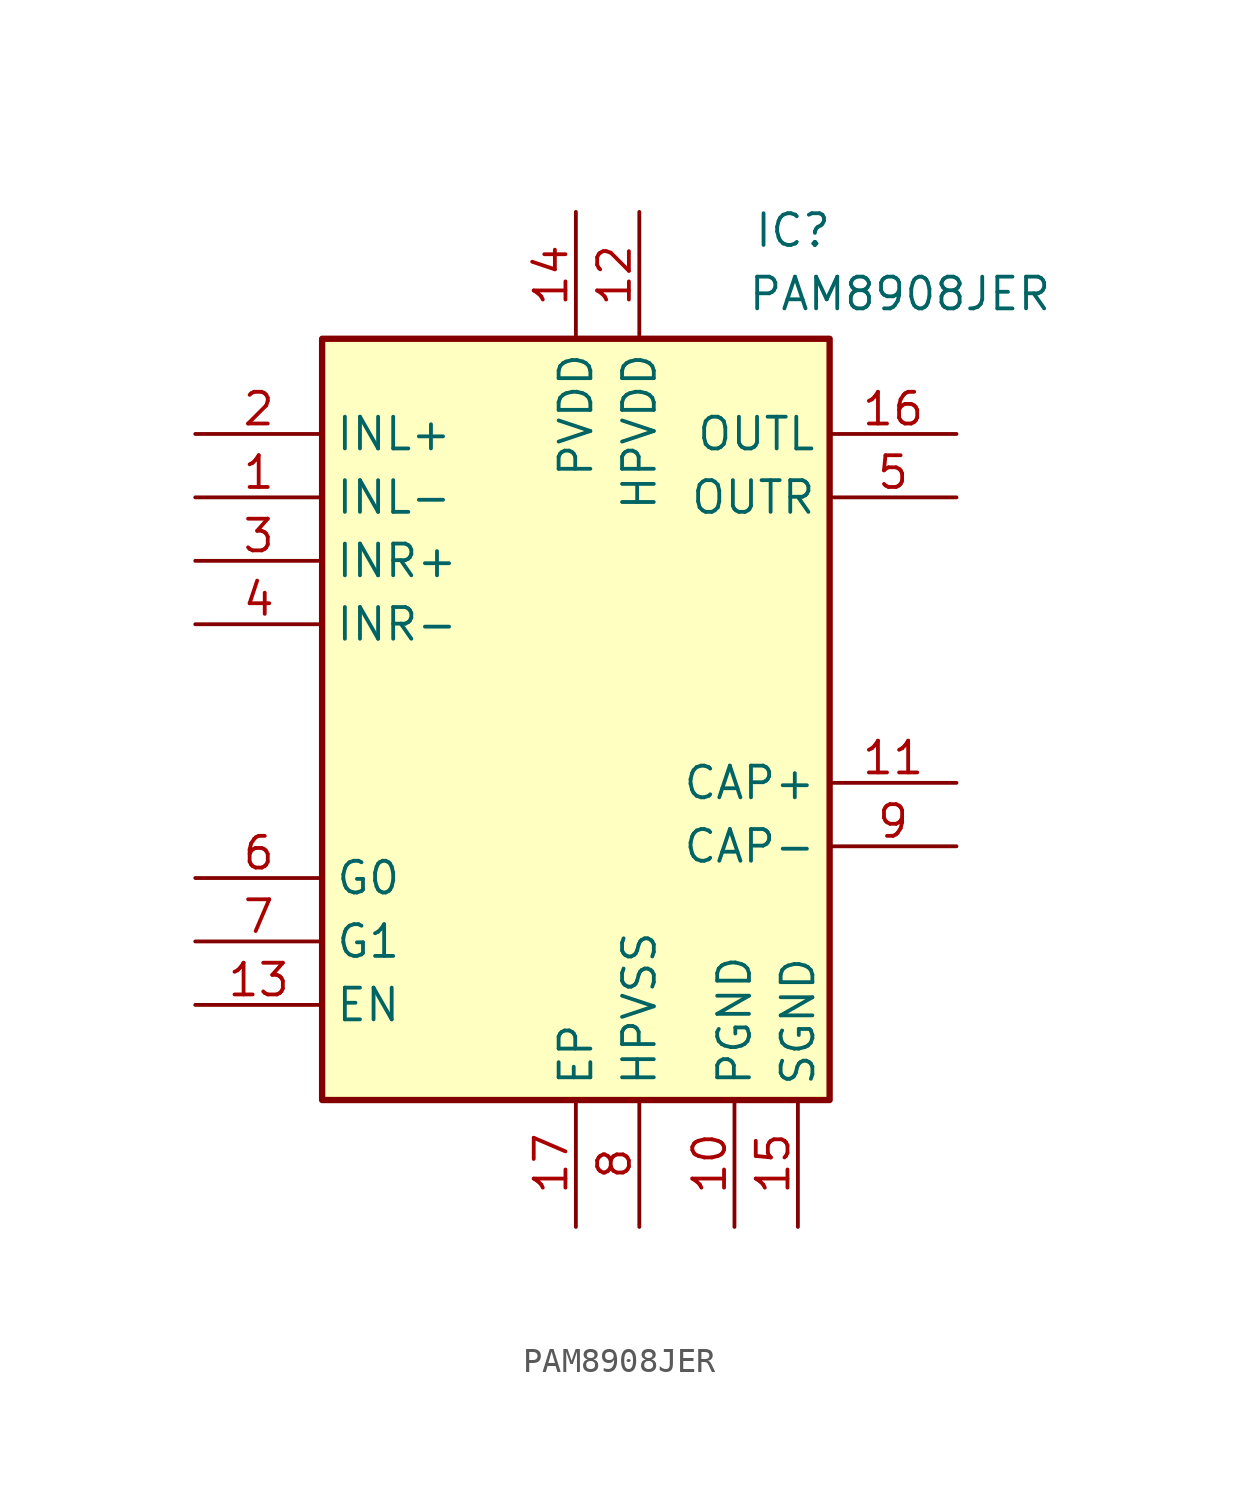
<source format=kicad_sym>
(kicad_symbol_lib
  (version 20231120)
  (generator "kicad_symbol_editor")
  (generator_version "8.0")
  (symbol "PAM8908JER"
    (property "Reference" "IC"
      (at 22.352 15.24 0)
      (effects (font (size 1.27 1.27)) (justify left top)))
    (property "Value" "PAM8908JER"
      (at 22.098 12.7 0)
      (effects (font (size 1.27 1.27)) (justify left top)))
    (symbol "PAM8908JER_1_1"
      (rectangle (start 5.08 10.16) (end 25.4 -20.32) (stroke (width 0.254) (type default)) (fill (type background)))
      (pin passive line (at 0 3.81 0) (length 5.08) (name "INL-" (effects (font (size 1.27 1.27)))) (number "1" (effects (font (size 1.27 1.27)))))
      (pin passive line (at 21.59 -25.4 90) (length 5.08) (name "PGND" (effects (font (size 1.27 1.27)))) (number "10" (effects (font (size 1.27 1.27)))))
      (pin passive line (at 30.48 -7.62 180) (length 5.08) (name "CAP+" (effects (font (size 1.27 1.27)))) (number "11" (effects (font (size 1.27 1.27)))))
      (pin passive line (at 17.78 15.24 270) (length 5.08) (name "HPVDD" (effects (font (size 1.27 1.27)))) (number "12" (effects (font (size 1.27 1.27)))))
      (pin passive line (at 0 -16.51 0) (length 5.08) (name "EN" (effects (font (size 1.27 1.27)))) (number "13" (effects (font (size 1.27 1.27)))))
      (pin passive line (at 15.24 15.24 270) (length 5.08) (name "PVDD" (effects (font (size 1.27 1.27)))) (number "14" (effects (font (size 1.27 1.27)))))
      (pin passive line (at 24.13 -25.4 90) (length 5.08) (name "SGND" (effects (font (size 1.27 1.27)))) (number "15" (effects (font (size 1.27 1.27)))))
      (pin passive line (at 30.48 6.35 180) (length 5.08) (name "OUTL" (effects (font (size 1.27 1.27)))) (number "16" (effects (font (size 1.27 1.27)))))
      (pin passive line (at 15.24 -25.4 90) (length 5.08) (name "EP" (effects (font (size 1.27 1.27)))) (number "17" (effects (font (size 1.27 1.27)))))
      (pin passive line (at 0 6.35 0) (length 5.08) (name "INL+" (effects (font (size 1.27 1.27)))) (number "2" (effects (font (size 1.27 1.27)))))
      (pin passive line (at 0 1.27 0) (length 5.08) (name "INR+" (effects (font (size 1.27 1.27)))) (number "3" (effects (font (size 1.27 1.27)))))
      (pin passive line (at 0 -1.27 0) (length 5.08) (name "INR-" (effects (font (size 1.27 1.27)))) (number "4" (effects (font (size 1.27 1.27)))))
      (pin passive line (at 30.48 3.81 180) (length 5.08) (name "OUTR" (effects (font (size 1.27 1.27)))) (number "5" (effects (font (size 1.27 1.27)))))
      (pin passive line (at 0 -11.43 0) (length 5.08) (name "G0" (effects (font (size 1.27 1.27)))) (number "6" (effects (font (size 1.27 1.27)))))
      (pin passive line (at 0 -13.97 0) (length 5.08) (name "G1" (effects (font (size 1.27 1.27)))) (number "7" (effects (font (size 1.27 1.27)))))
      (pin passive line (at 17.78 -25.4 90) (length 5.08) (name "HPVSS" (effects (font (size 1.27 1.27)))) (number "8" (effects (font (size 1.27 1.27)))))
      (pin passive line (at 30.48 -10.16 180) (length 5.08) (name "CAP-" (effects (font (size 1.27 1.27)))) (number "9" (effects (font (size 1.27 1.27))))))))
</source>
